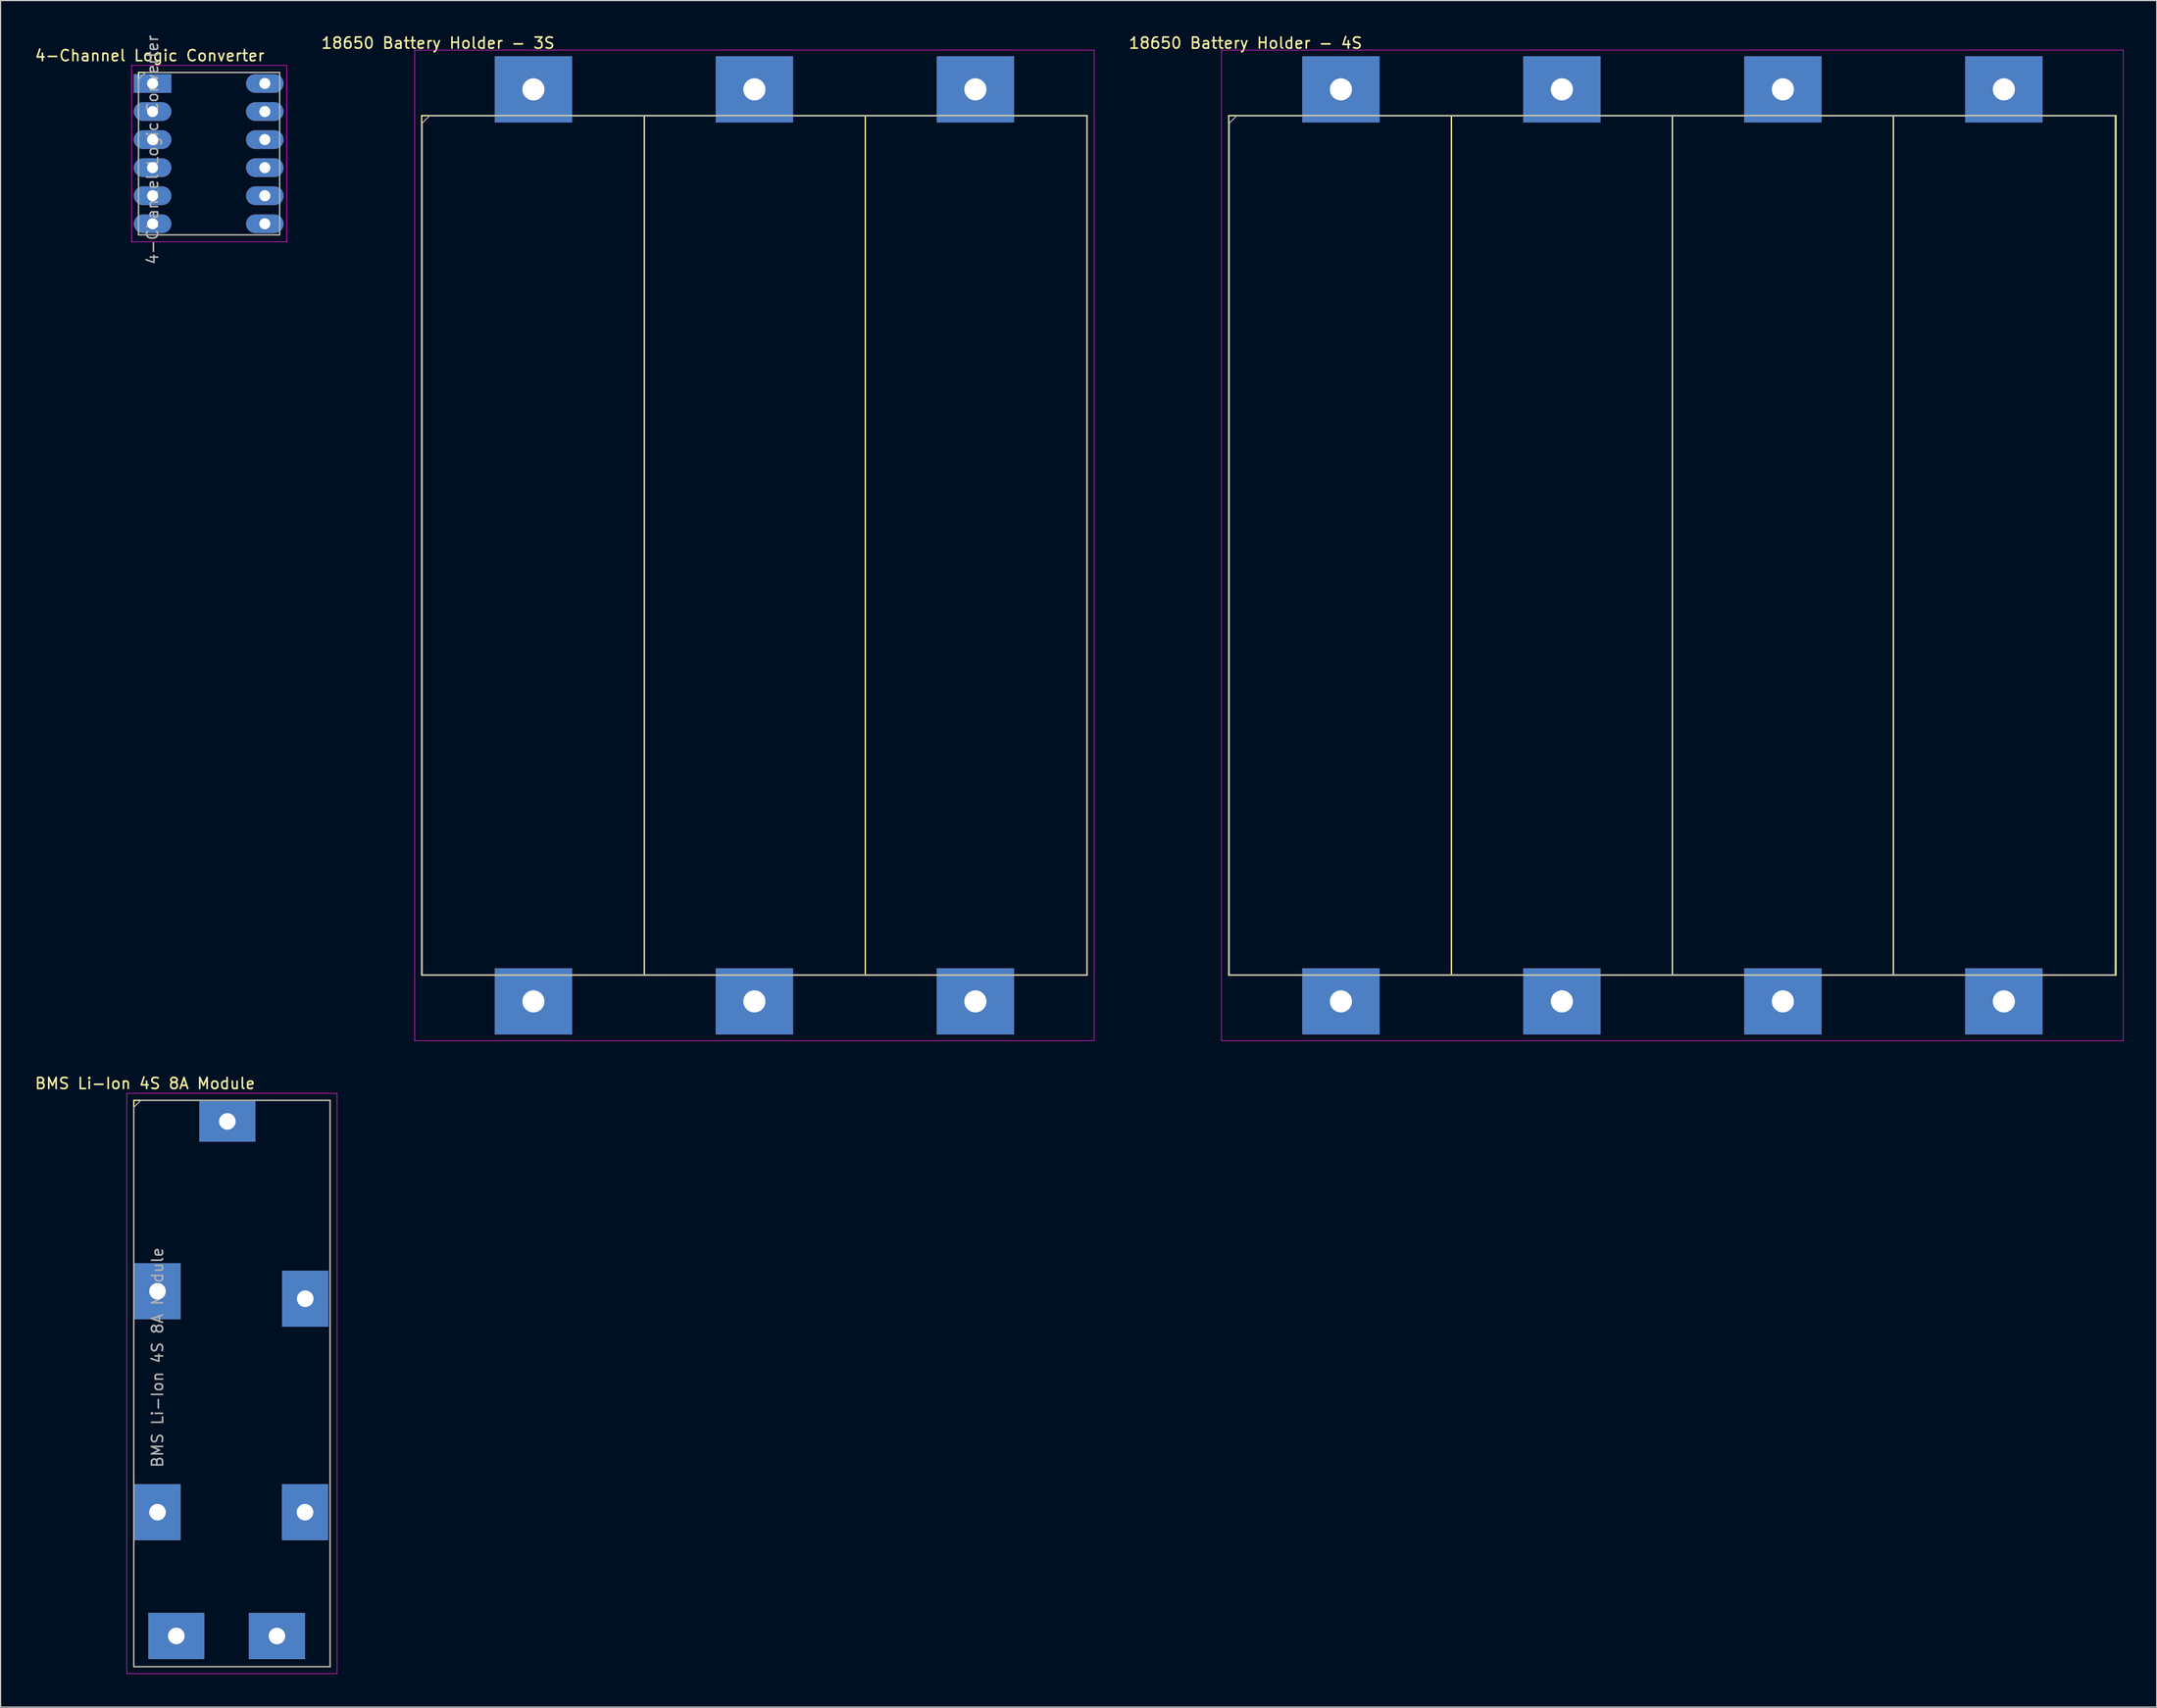
<source format=kicad_pcb>
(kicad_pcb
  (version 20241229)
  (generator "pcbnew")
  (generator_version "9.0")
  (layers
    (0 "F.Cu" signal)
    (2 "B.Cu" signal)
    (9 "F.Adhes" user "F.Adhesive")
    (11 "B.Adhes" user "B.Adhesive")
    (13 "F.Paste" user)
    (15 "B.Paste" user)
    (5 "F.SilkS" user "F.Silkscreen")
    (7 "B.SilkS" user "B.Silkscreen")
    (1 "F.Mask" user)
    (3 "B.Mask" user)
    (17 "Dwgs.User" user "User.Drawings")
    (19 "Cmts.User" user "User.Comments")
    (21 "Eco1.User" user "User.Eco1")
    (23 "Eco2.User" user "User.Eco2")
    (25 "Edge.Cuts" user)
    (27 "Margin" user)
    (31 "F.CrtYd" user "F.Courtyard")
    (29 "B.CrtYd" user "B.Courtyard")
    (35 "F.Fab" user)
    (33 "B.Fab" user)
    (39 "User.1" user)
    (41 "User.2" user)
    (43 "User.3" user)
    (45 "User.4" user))
  (footprint "BMS Li-Ion 4S 8A Module"
    (layer "F.Cu")
    (at 11.206 113.823)
    (property "Reference" "BMS Li-Ion 4S 8A Module" (at -1.129 -18.804 0) (layer "F.SilkS") (effects (font (size 1 1) (thickness 0.15))))
    (attr through_hole)
    (fp_line (start -2.145 -17.28) (end -2.145 33.98) (stroke (width 0.12) (type solid)) (layer "F.SilkS"))
    (fp_line (start -2.145 -17.28) (end 15.62 -17.28) (stroke (width 0.12) (type solid)) (layer "F.SilkS"))
    (fp_line (start -2.14 33.98) (end 15.62 33.98) (stroke (width 0.12) (type solid)) (layer "F.SilkS"))
    (fp_line (start 15.62 -17.28) (end 15.62 33.98) (stroke (width 0.12) (type solid)) (layer "F.SilkS"))
    (fp_line (start -2.78 -17.915) (end -2.78 34.615) (stroke (width 0.05) (type solid)) (layer "F.CrtYd"))
    (fp_line (start -2.78 -17.915) (end 16.255 -17.915) (stroke (width 0.05) (type solid)) (layer "F.CrtYd"))
    (fp_line (start -2.78 34.615) (end 16.255 34.615) (stroke (width 0.05) (type solid)) (layer "F.CrtYd"))
    (fp_line (start 16.255 -17.915) (end 16.255 34.615) (stroke (width 0.05) (type solid)) (layer "F.CrtYd"))
    (fp_line (start -2.145 -16.645) (end -1.51 -17.28) (stroke (width 0.1) (type solid)) (layer "F.Fab"))
    (fp_line (start -2.145 33.98) (end -2.145 -16.645) (stroke (width 0.1) (type solid)) (layer "F.Fab"))
    (fp_line (start -1.51 -17.28) (end 15.62 -17.28) (stroke (width 0.1) (type solid)) (layer "F.Fab"))
    (fp_line (start 15.62 -17.28) (end 15.62 33.99) (stroke (width 0.1) (type solid)) (layer "F.Fab"))
    (fp_line (start 15.62 33.98) (end -2.14 33.98) (stroke (width 0.1) (type solid)) (layer "F.Fab"))
    (fp_text user "${REFERENCE}" (at 0 6 90) (layer "F.Fab") (effects (font (size 1 1) (thickness 0.15))))
    (pad "1" thru_hole rect (at 0 0) (size 4.191 5.08) (drill 1.5) (layers "*.Cu" "*.Mask"))
    (pad "2" thru_hole rect (at 0 20) (size 4.191 5.08) (drill 1.5) (layers "*.Cu" "*.Mask"))
    (pad "3" thru_hole rect (at 1.7 31.2 90) (size 4.191 5.08) (drill 1.5) (layers "*.Cu" "*.Mask"))
    (pad "4" thru_hole rect (at 10.81 31.21 90) (size 4.191 5.08) (drill 1.5) (layers "*.Cu" "*.Mask"))
    (pad "5" thru_hole rect (at 13.35 20) (size 4.191 5.08) (drill 1.5) (layers "*.Cu" "*.Mask"))
    (pad "6" thru_hole rect (at 13.37 0.68) (size 4.191 5.08) (drill 1.5) (layers "*.Cu" "*.Mask"))
    (pad "7" thru_hole rect (at 6.32 -15.37 90) (size 3.683 5.08) (drill 1.5) (layers "*.Cu" "*.Mask")))
  (footprint "18650 Battery Holder - 3S"
    (layer "F.Cu")
    (at 45.229 5.039)
    (property "Reference" "18650 Battery Holder - 3S" (at -8.636 -4.191 0) (layer "F.SilkS") (effects (font (size 1 1) (thickness 0.15))))
    (attr through_hole)
    (fp_line (start -10.113 2.375) (end -10.113 80.175) (stroke (width 0.12) (type solid)) (layer "F.SilkS"))
    (fp_line (start -10.113 2.375) (end 50.112 2.375) (stroke (width 0.12) (type solid)) (layer "F.SilkS"))
    (fp_line (start -10.113 80.175) (end 50.112 80.175) (stroke (width 0.12) (type solid)) (layer "F.SilkS"))
    (fp_line (start 10.037 2.451) (end 10.037 80.175) (stroke (width 0.12) (type solid)) (layer "F.SilkS"))
    (fp_line (start 30.038 2.413) (end 30.038 80.175) (stroke (width 0.12) (type solid)) (layer "F.SilkS"))
    (fp_line (start 50.112 2.375) (end 50.112 80.175) (stroke (width 0.12) (type solid)) (layer "F.SilkS"))
    (fp_line (start -10.751 -3.556) (end -10.751 86.106) (stroke (width 0.05) (type solid)) (layer "F.CrtYd"))
    (fp_line (start -10.751 -3.556) (end 50.751 -3.556) (stroke (width 0.05) (type solid)) (layer "F.CrtYd"))
    (fp_line (start -10.751 86.106) (end 50.751 86.106) (stroke (width 0.05) (type solid)) (layer "F.CrtYd"))
    (fp_line (start 50.751 -3.556) (end 50.751 86.106) (stroke (width 0.05) (type solid)) (layer "F.CrtYd"))
    (fp_line (start -10.057 3.048) (end -9.422 2.413) (stroke (width 0.1) (type solid)) (layer "F.Fab"))
    (fp_line (start -10.057 80.137) (end -10.057 3.048) (stroke (width 0.1) (type solid)) (layer "F.Fab"))
    (fp_line (start -9.422 2.413) (end 50.077 2.413) (stroke (width 0.1) (type solid)) (layer "F.Fab"))
    (fp_line (start 50.077 2.413) (end 50.077 80.137) (stroke (width 0.1) (type solid)) (layer "F.Fab"))
    (fp_line (start 50.077 80.137) (end -10.057 80.137) (stroke (width 0.1) (type solid)) (layer "F.Fab"))
    (pad "1" thru_hole rect (at 0 0) (size 7 6) (drill 2) (layers "*.Cu" "*.Mask"))
    (pad "2" thru_hole rect (at 0 82.55) (size 7 6) (drill 2) (layers "*.Cu" "*.Mask"))
    (pad "3" thru_hole rect (at 20 0) (size 7 6) (drill 2) (layers "*.Cu" "*.Mask"))
    (pad "4" thru_hole rect (at 20 82.55) (size 7 6) (drill 2) (layers "*.Cu" "*.Mask"))
    (pad "5" thru_hole rect (at 40 0) (size 7 6) (drill 2) (layers "*.Cu" "*.Mask"))
    (pad "6" thru_hole rect (at 40 82.55) (size 7 6) (drill 2) (layers "*.Cu" "*.Mask")))
  (footprint "18650 Battery Holder - 4S"
    (layer "F.Cu")
    (at 118.313 5.039)
    (property "Reference" "18650 Battery Holder - 4S" (at -8.636 -4.191 0) (layer "F.SilkS") (effects (font (size 1 1) (thickness 0.15))))
    (attr through_hole)
    (fp_line (start -10.15 2.375) (end -10.15 80.175) (stroke (width 0.12) (type solid)) (layer "F.SilkS"))
    (fp_line (start -10.15 2.375) (end 70.15 2.375) (stroke (width 0.12) (type solid)) (layer "F.SilkS"))
    (fp_line (start -10.15 80.175) (end 70.15 80.175) (stroke (width 0.12) (type solid)) (layer "F.SilkS"))
    (fp_line (start 10 2.413) (end 10 80.137) (stroke (width 0.12) (type solid)) (layer "F.SilkS"))
    (fp_line (start 30 2.375) (end 30 80.137) (stroke (width 0.12) (type solid)) (layer "F.SilkS"))
    (fp_line (start 50 2.413) (end 50 80.137) (stroke (width 0.12) (type solid)) (layer "F.SilkS"))
    (fp_line (start 70.15 2.375) (end 70.15 80.175) (stroke (width 0.12) (type solid)) (layer "F.SilkS"))
    (fp_line (start -10.808 -3.556) (end -10.808 86.106) (stroke (width 0.05) (type solid)) (layer "F.CrtYd"))
    (fp_line (start -10.808 -3.556) (end 70.808 -3.556) (stroke (width 0.05) (type solid)) (layer "F.CrtYd"))
    (fp_line (start -10.808 86.106) (end 70.808 86.106) (stroke (width 0.05) (type solid)) (layer "F.CrtYd"))
    (fp_line (start 70.808 -3.556) (end 70.808 86.106) (stroke (width 0.05) (type solid)) (layer "F.CrtYd"))
    (fp_line (start -10.095 3.048) (end -9.46 2.413) (stroke (width 0.1) (type solid)) (layer "F.Fab"))
    (fp_line (start -10.095 80.137) (end -10.095 3.048) (stroke (width 0.1) (type solid)) (layer "F.Fab"))
    (fp_line (start -9.46 2.413) (end 70.067 2.413) (stroke (width 0.1) (type solid)) (layer "F.Fab"))
    (fp_line (start 70.067 2.413) (end 70.067 80.137) (stroke (width 0.1) (type solid)) (layer "F.Fab"))
    (fp_line (start 70.067 80.137) (end -10.095 80.137) (stroke (width 0.1) (type solid)) (layer "F.Fab"))
    (pad "1" thru_hole rect (at 0 0) (size 7 6) (drill 2) (layers "*.Cu" "*.Mask"))
    (pad "2" thru_hole rect (at 0 82.55) (size 7 6) (drill 2) (layers "*.Cu" "*.Mask"))
    (pad "3" thru_hole rect (at 20 0) (size 7 6) (drill 2) (layers "*.Cu" "*.Mask"))
    (pad "4" thru_hole rect (at 20 82.55) (size 7 6) (drill 2) (layers "*.Cu" "*.Mask"))
    (pad "5" thru_hole rect (at 40 0) (size 7 6) (drill 2) (layers "*.Cu" "*.Mask"))
    (pad "6" thru_hole rect (at 40 82.55) (size 7 6) (drill 2) (layers "*.Cu" "*.Mask"))
    (pad "7" thru_hole rect (at 60 0) (size 7 6) (drill 2) (layers "*.Cu" "*.Mask"))
    (pad "8" thru_hole rect (at 60 82.55) (size 7 6) (drill 2) (layers "*.Cu" "*.Mask")))
  (footprint "4-Channel Logic Converter"
    (layer "F.Cu")
    (at 10.76 4.506)
    (property "Reference" "4-Channel Logic Converter" (at -0.254 -2.524 0) (layer "F.SilkS") (effects (font (size 1 1) (thickness 0.15))))
    (attr through_hole)
    (fp_line (start -1.27 -1) (end -1.27 13.7) (stroke (width 0.12) (type solid)) (layer "F.SilkS"))
    (fp_line (start -1.27 -1) (end 11.5 -1) (stroke (width 0.12) (type solid)) (layer "F.SilkS"))
    (fp_line (start -1.27 13.7) (end 11.5 13.7) (stroke (width 0.12) (type solid)) (layer "F.SilkS"))
    (fp_line (start 11.5 -1) (end 11.5 13.7) (stroke (width 0.12) (type solid)) (layer "F.SilkS"))
    (fp_line (start -1.905 -1.635) (end -1.905 14.335) (stroke (width 0.05) (type solid)) (layer "F.CrtYd"))
    (fp_line (start -1.905 -1.635) (end 12.135 -1.635) (stroke (width 0.05) (type solid)) (layer "F.CrtYd"))
    (fp_line (start -1.905 14.335) (end 12.135 14.335) (stroke (width 0.05) (type solid)) (layer "F.CrtYd"))
    (fp_line (start 12.135 -1.635) (end 12.135 14.335) (stroke (width 0.05) (type solid)) (layer "F.CrtYd"))
    (fp_line (start -1.27 -0.365) (end -0.635 -1) (stroke (width 0.1) (type solid)) (layer "F.Fab"))
    (fp_line (start -1.27 13.7) (end -1.27 -0.365) (stroke (width 0.1) (type solid)) (layer "F.Fab"))
    (fp_line (start -0.635 -1) (end 11.5 -1) (stroke (width 0.1) (type solid)) (layer "F.Fab"))
    (fp_line (start 11.5 -1) (end 11.5 13.7) (stroke (width 0.1) (type solid)) (layer "F.Fab"))
    (fp_line (start 11.5 13.7) (end -1.27 13.7) (stroke (width 0.1) (type solid)) (layer "F.Fab"))
    (fp_text user "${REFERENCE}" (at 0 6 90) (layer "F.Fab") (effects (font (size 1 1) (thickness 0.15))))
    (pad "1" thru_hole rect (at 0 0) (size 3.4 1.7) (drill 1) (layers "*.Cu" "*.Mask"))
    (pad "2" thru_hole oval (at 0 2.54) (size 3.4 1.7) (drill 1) (layers "*.Cu" "*.Mask"))
    (pad "3" thru_hole oval (at 0 5.08) (size 3.4 1.7) (drill 1) (layers "*.Cu" "*.Mask"))
    (pad "4" thru_hole oval (at 0 7.62) (size 3.4 1.7) (drill 1) (layers "*.Cu" "*.Mask"))
    (pad "5" thru_hole oval (at 0 10.16) (size 3.4 1.7) (drill 1) (layers "*.Cu" "*.Mask"))
    (pad "6" thru_hole oval (at 0 12.7) (size 3.4 1.7) (drill 1) (layers "*.Cu" "*.Mask"))
    (pad "7" thru_hole oval (at 10.16 12.7) (size 3.4 1.7) (drill 1) (layers "*.Cu" "*.Mask"))
    (pad "8" thru_hole oval (at 10.16 10.16) (size 3.4 1.7) (drill 1) (layers "*.Cu" "*.Mask"))
    (pad "9" thru_hole oval (at 10.16 7.62) (size 3.4 1.7) (drill 1) (layers "*.Cu" "*.Mask"))
    (pad "10" thru_hole oval (at 10.16 5.08) (size 3.4 1.7) (drill 1) (layers "*.Cu" "*.Mask"))
    (pad "11" thru_hole oval (at 10.16 2.54) (size 3.4 1.7) (drill 1) (layers "*.Cu" "*.Mask"))
    (pad "12" thru_hole oval (at 10.16 0) (size 3.4 1.7) (drill 1) (layers "*.Cu" "*.Mask")))
  (gr_rect
    (start -3 -3)
    (end 192.146 151.463)
    (stroke (width 0.1) (type default))
    (fill no)
    (layer "Edge.Cuts")))
</source>
